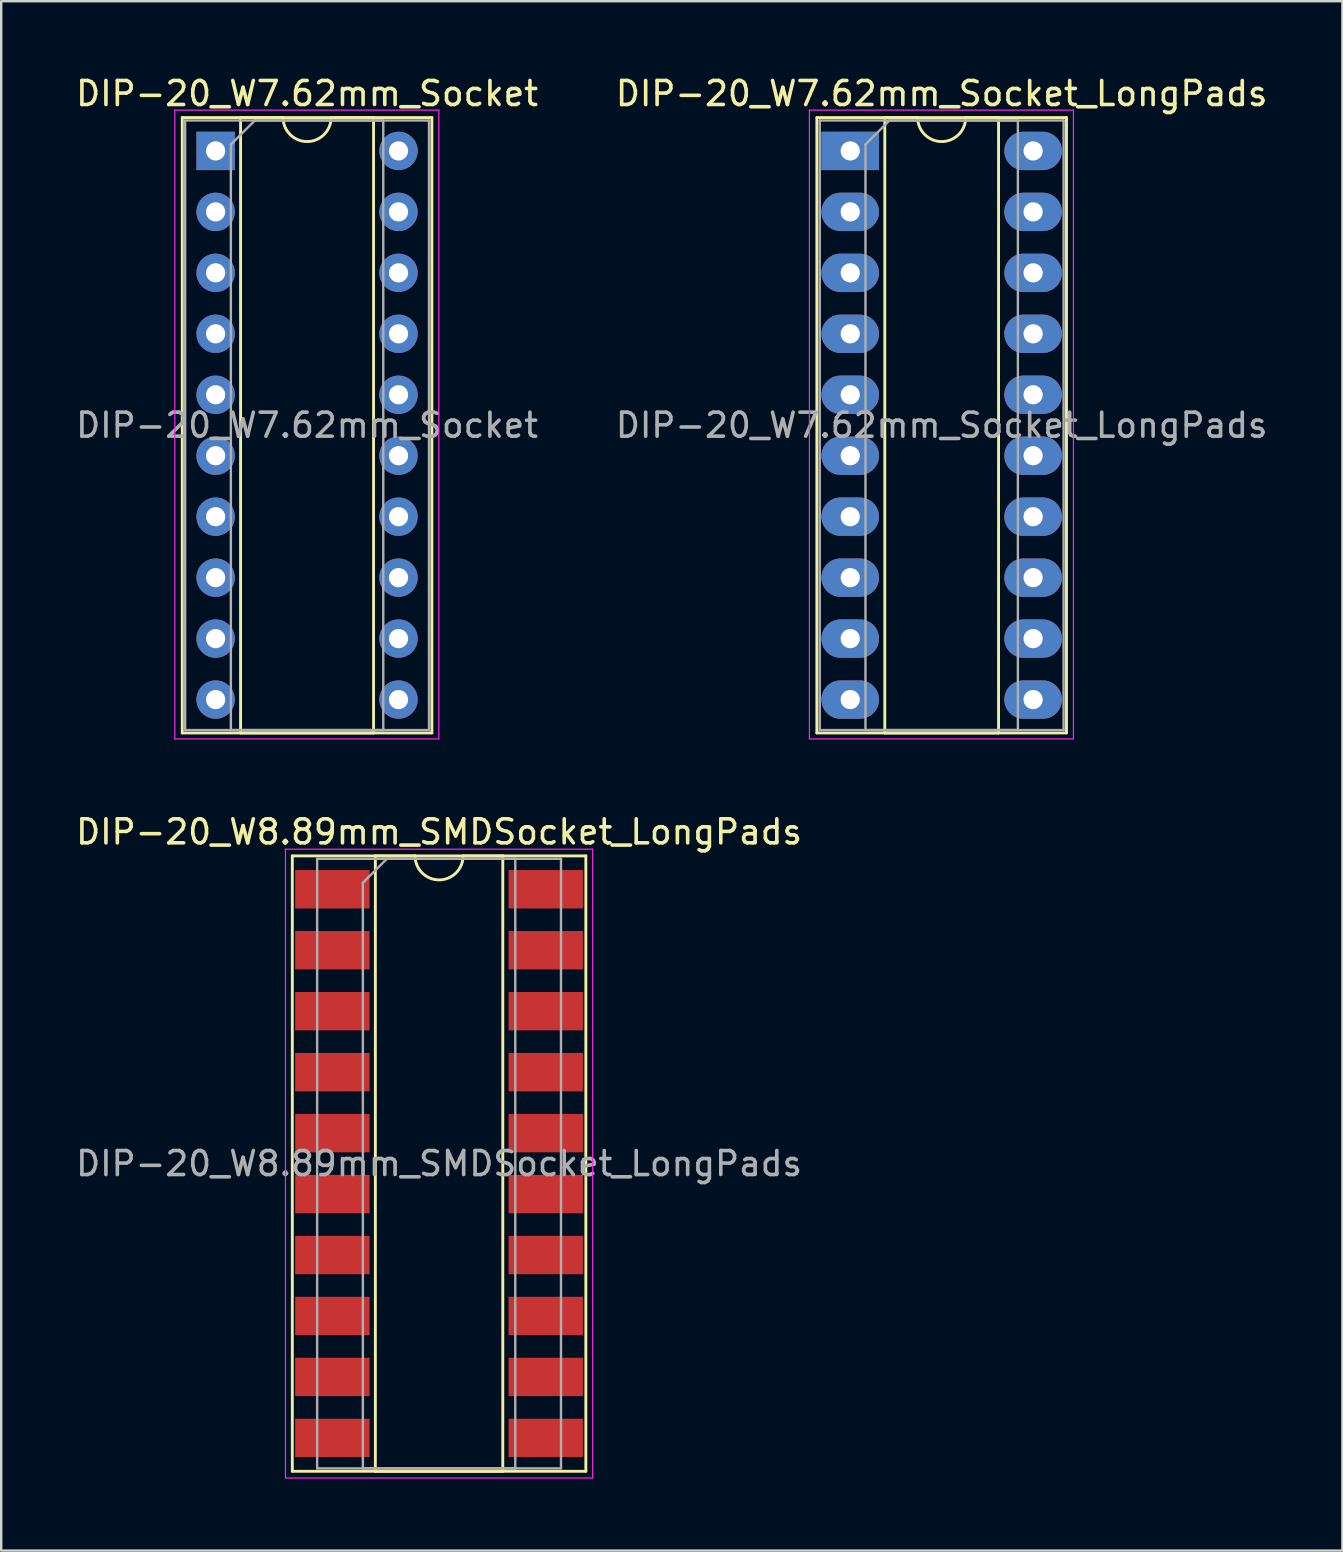
<source format=kicad_pcb>
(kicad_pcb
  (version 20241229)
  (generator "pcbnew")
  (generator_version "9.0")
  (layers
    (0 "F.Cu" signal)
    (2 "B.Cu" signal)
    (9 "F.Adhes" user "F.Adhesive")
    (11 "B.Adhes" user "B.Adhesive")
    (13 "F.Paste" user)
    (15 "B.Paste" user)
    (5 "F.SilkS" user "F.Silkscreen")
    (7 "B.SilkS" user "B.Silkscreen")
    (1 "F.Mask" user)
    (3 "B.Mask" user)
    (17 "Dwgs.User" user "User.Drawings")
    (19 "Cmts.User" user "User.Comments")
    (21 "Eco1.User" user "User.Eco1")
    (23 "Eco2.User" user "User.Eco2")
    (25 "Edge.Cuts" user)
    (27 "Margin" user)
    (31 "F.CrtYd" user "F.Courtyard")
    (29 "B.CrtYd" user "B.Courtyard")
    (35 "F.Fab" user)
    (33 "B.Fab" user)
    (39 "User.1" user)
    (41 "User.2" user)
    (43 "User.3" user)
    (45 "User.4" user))
  (footprint "DIP-20_W8.89mm_SMDSocket_LongPads"
    (layer "F.Cu")
    (at 15.244 45.431)
    (property "Reference" "DIP-20_W8.89mm_SMDSocket_LongPads" (at 0 -13.82 0) (layer "F.SilkS") (effects (font (size 1 1) (thickness 0.15))))
    (attr smd)
    (fp_line (start -6.115 -12.82) (end -6.115 12.82) (stroke (width 0.12) (type solid)) (layer "F.SilkS"))
    (fp_line (start -6.115 12.82) (end 6.115 12.82) (stroke (width 0.12) (type solid)) (layer "F.SilkS"))
    (fp_line (start -2.655 -12.82) (end -2.655 12.82) (stroke (width 0.12) (type solid)) (layer "F.SilkS"))
    (fp_line (start -2.655 12.82) (end 2.655 12.82) (stroke (width 0.12) (type solid)) (layer "F.SilkS"))
    (fp_line (start -1 -12.82) (end -2.655 -12.82) (stroke (width 0.12) (type solid)) (layer "F.SilkS"))
    (fp_line (start 2.655 -12.82) (end 1 -12.82) (stroke (width 0.12) (type solid)) (layer "F.SilkS"))
    (fp_line (start 2.655 12.82) (end 2.655 -12.82) (stroke (width 0.12) (type solid)) (layer "F.SilkS"))
    (fp_line (start 6.115 -12.82) (end -6.115 -12.82) (stroke (width 0.12) (type solid)) (layer "F.SilkS"))
    (fp_line (start 6.115 12.82) (end 6.115 -12.82) (stroke (width 0.12) (type solid)) (layer "F.SilkS"))
    (fp_arc (start 1 -12.82) (mid 0 -11.82) (end -1 -12.82) (stroke (width 0.12) (type solid)) (layer "F.SilkS"))
    (fp_line (start -6.4 -13.1) (end -6.4 13.1) (stroke (width 0.05) (type solid)) (layer "F.CrtYd"))
    (fp_line (start -6.4 13.1) (end 6.4 13.1) (stroke (width 0.05) (type solid)) (layer "F.CrtYd"))
    (fp_line (start 6.4 -13.1) (end -6.4 -13.1) (stroke (width 0.05) (type solid)) (layer "F.CrtYd"))
    (fp_line (start 6.4 13.1) (end 6.4 -13.1) (stroke (width 0.05) (type solid)) (layer "F.CrtYd"))
    (fp_line (start -5.08 -12.7) (end -5.08 12.7) (stroke (width 0.1) (type solid)) (layer "F.Fab"))
    (fp_line (start -5.08 12.7) (end 5.08 12.7) (stroke (width 0.1) (type solid)) (layer "F.Fab"))
    (fp_line (start -3.175 -11.7) (end -2.175 -12.7) (stroke (width 0.1) (type solid)) (layer "F.Fab"))
    (fp_line (start -3.175 12.7) (end -3.175 -11.7) (stroke (width 0.1) (type solid)) (layer "F.Fab"))
    (fp_line (start -2.175 -12.7) (end 3.175 -12.7) (stroke (width 0.1) (type solid)) (layer "F.Fab"))
    (fp_line (start 3.175 -12.7) (end 3.175 12.7) (stroke (width 0.1) (type solid)) (layer "F.Fab"))
    (fp_line (start 3.175 12.7) (end -3.175 12.7) (stroke (width 0.1) (type solid)) (layer "F.Fab"))
    (fp_line (start 5.08 -12.7) (end -5.08 -12.7) (stroke (width 0.1) (type solid)) (layer "F.Fab"))
    (fp_line (start 5.08 12.7) (end 5.08 -12.7) (stroke (width 0.1) (type solid)) (layer "F.Fab"))
    (fp_text user "${REFERENCE}" (at 0 0 0) (layer "F.Fab") (effects (font (size 1 1) (thickness 0.15))))
    (pad "1" smd rect (at -4.445 -11.43) (size 3.1 1.6) (layers "F.Cu" "F.Mask" "F.Paste"))
    (pad "2" smd rect (at -4.445 -8.89) (size 3.1 1.6) (layers "F.Cu" "F.Mask" "F.Paste"))
    (pad "3" smd rect (at -4.445 -6.35) (size 3.1 1.6) (layers "F.Cu" "F.Mask" "F.Paste"))
    (pad "4" smd rect (at -4.445 -3.81) (size 3.1 1.6) (layers "F.Cu" "F.Mask" "F.Paste"))
    (pad "5" smd rect (at -4.445 -1.27) (size 3.1 1.6) (layers "F.Cu" "F.Mask" "F.Paste"))
    (pad "6" smd rect (at -4.445 1.27) (size 3.1 1.6) (layers "F.Cu" "F.Mask" "F.Paste"))
    (pad "7" smd rect (at -4.445 3.81) (size 3.1 1.6) (layers "F.Cu" "F.Mask" "F.Paste"))
    (pad "8" smd rect (at -4.445 6.35) (size 3.1 1.6) (layers "F.Cu" "F.Mask" "F.Paste"))
    (pad "9" smd rect (at -4.445 8.89) (size 3.1 1.6) (layers "F.Cu" "F.Mask" "F.Paste"))
    (pad "10" smd rect (at -4.445 11.43) (size 3.1 1.6) (layers "F.Cu" "F.Mask" "F.Paste"))
    (pad "11" smd rect (at 4.445 11.43) (size 3.1 1.6) (layers "F.Cu" "F.Mask" "F.Paste"))
    (pad "12" smd rect (at 4.445 8.89) (size 3.1 1.6) (layers "F.Cu" "F.Mask" "F.Paste"))
    (pad "13" smd rect (at 4.445 6.35) (size 3.1 1.6) (layers "F.Cu" "F.Mask" "F.Paste"))
    (pad "14" smd rect (at 4.445 3.81) (size 3.1 1.6) (layers "F.Cu" "F.Mask" "F.Paste"))
    (pad "15" smd rect (at 4.445 1.27) (size 3.1 1.6) (layers "F.Cu" "F.Mask" "F.Paste"))
    (pad "16" smd rect (at 4.445 -1.27) (size 3.1 1.6) (layers "F.Cu" "F.Mask" "F.Paste"))
    (pad "17" smd rect (at 4.445 -3.81) (size 3.1 1.6) (layers "F.Cu" "F.Mask" "F.Paste"))
    (pad "18" smd rect (at 4.445 -6.35) (size 3.1 1.6) (layers "F.Cu" "F.Mask" "F.Paste"))
    (pad "19" smd rect (at 4.445 -8.89) (size 3.1 1.6) (layers "F.Cu" "F.Mask" "F.Paste"))
    (pad "20" smd rect (at 4.445 -11.43) (size 3.1 1.6) (layers "F.Cu" "F.Mask" "F.Paste")))
  (footprint "DIP-20_W7.62mm_Socket"
    (layer "F.Cu")
    (at 5.934 3.238)
    (property "Reference" "DIP-20_W7.62mm_Socket" (at 3.81 -2.39 0) (layer "F.SilkS") (effects (font (size 1 1) (thickness 0.15))))
    (attr through_hole)
    (fp_line (start -1.39 -1.39) (end -1.39 24.25) (stroke (width 0.12) (type solid)) (layer "F.SilkS"))
    (fp_line (start -1.39 24.25) (end 9.01 24.25) (stroke (width 0.12) (type solid)) (layer "F.SilkS"))
    (fp_line (start 1.04 -1.39) (end 1.04 24.25) (stroke (width 0.12) (type solid)) (layer "F.SilkS"))
    (fp_line (start 1.04 24.25) (end 6.58 24.25) (stroke (width 0.12) (type solid)) (layer "F.SilkS"))
    (fp_line (start 2.81 -1.39) (end 1.04 -1.39) (stroke (width 0.12) (type solid)) (layer "F.SilkS"))
    (fp_line (start 6.58 -1.39) (end 4.81 -1.39) (stroke (width 0.12) (type solid)) (layer "F.SilkS"))
    (fp_line (start 6.58 24.25) (end 6.58 -1.39) (stroke (width 0.12) (type solid)) (layer "F.SilkS"))
    (fp_line (start 9.01 -1.39) (end -1.39 -1.39) (stroke (width 0.12) (type solid)) (layer "F.SilkS"))
    (fp_line (start 9.01 24.25) (end 9.01 -1.39) (stroke (width 0.12) (type solid)) (layer "F.SilkS"))
    (fp_arc (start 4.81 -1.39) (mid 3.81 -0.39) (end 2.81 -1.39) (stroke (width 0.12) (type solid)) (layer "F.SilkS"))
    (fp_line (start -1.7 -1.7) (end -1.7 24.5) (stroke (width 0.05) (type solid)) (layer "F.CrtYd"))
    (fp_line (start -1.7 24.5) (end 9.3 24.5) (stroke (width 0.05) (type solid)) (layer "F.CrtYd"))
    (fp_line (start 9.3 -1.7) (end -1.7 -1.7) (stroke (width 0.05) (type solid)) (layer "F.CrtYd"))
    (fp_line (start 9.3 24.5) (end 9.3 -1.7) (stroke (width 0.05) (type solid)) (layer "F.CrtYd"))
    (fp_line (start -1.27 -1.27) (end -1.27 24.13) (stroke (width 0.1) (type solid)) (layer "F.Fab"))
    (fp_line (start -1.27 24.13) (end 8.89 24.13) (stroke (width 0.1) (type solid)) (layer "F.Fab"))
    (fp_line (start 0.635 -0.27) (end 1.635 -1.27) (stroke (width 0.1) (type solid)) (layer "F.Fab"))
    (fp_line (start 0.635 24.13) (end 0.635 -0.27) (stroke (width 0.1) (type solid)) (layer "F.Fab"))
    (fp_line (start 1.635 -1.27) (end 6.985 -1.27) (stroke (width 0.1) (type solid)) (layer "F.Fab"))
    (fp_line (start 6.985 -1.27) (end 6.985 24.13) (stroke (width 0.1) (type solid)) (layer "F.Fab"))
    (fp_line (start 6.985 24.13) (end 0.635 24.13) (stroke (width 0.1) (type solid)) (layer "F.Fab"))
    (fp_line (start 8.89 -1.27) (end -1.27 -1.27) (stroke (width 0.1) (type solid)) (layer "F.Fab"))
    (fp_line (start 8.89 24.13) (end 8.89 -1.27) (stroke (width 0.1) (type solid)) (layer "F.Fab"))
    (fp_text user "${REFERENCE}" (at 3.81 11.43 0) (layer "F.Fab") (effects (font (size 1 1) (thickness 0.15))))
    (pad "1" thru_hole rect (at 0 0) (size 1.6 1.6) (drill 0.8) (layers "*.Cu" "*.Mask"))
    (pad "2" thru_hole oval (at 0 2.54) (size 1.6 1.6) (drill 0.8) (layers "*.Cu" "*.Mask"))
    (pad "3" thru_hole oval (at 0 5.08) (size 1.6 1.6) (drill 0.8) (layers "*.Cu" "*.Mask"))
    (pad "4" thru_hole oval (at 0 7.62) (size 1.6 1.6) (drill 0.8) (layers "*.Cu" "*.Mask"))
    (pad "5" thru_hole oval (at 0 10.16) (size 1.6 1.6) (drill 0.8) (layers "*.Cu" "*.Mask"))
    (pad "6" thru_hole oval (at 0 12.7) (size 1.6 1.6) (drill 0.8) (layers "*.Cu" "*.Mask"))
    (pad "7" thru_hole oval (at 0 15.24) (size 1.6 1.6) (drill 0.8) (layers "*.Cu" "*.Mask"))
    (pad "8" thru_hole oval (at 0 17.78) (size 1.6 1.6) (drill 0.8) (layers "*.Cu" "*.Mask"))
    (pad "9" thru_hole oval (at 0 20.32) (size 1.6 1.6) (drill 0.8) (layers "*.Cu" "*.Mask"))
    (pad "10" thru_hole oval (at 0 22.86) (size 1.6 1.6) (drill 0.8) (layers "*.Cu" "*.Mask"))
    (pad "11" thru_hole oval (at 7.62 22.86) (size 1.6 1.6) (drill 0.8) (layers "*.Cu" "*.Mask"))
    (pad "12" thru_hole oval (at 7.62 20.32) (size 1.6 1.6) (drill 0.8) (layers "*.Cu" "*.Mask"))
    (pad "13" thru_hole oval (at 7.62 17.78) (size 1.6 1.6) (drill 0.8) (layers "*.Cu" "*.Mask"))
    (pad "14" thru_hole oval (at 7.62 15.24) (size 1.6 1.6) (drill 0.8) (layers "*.Cu" "*.Mask"))
    (pad "15" thru_hole oval (at 7.62 12.7) (size 1.6 1.6) (drill 0.8) (layers "*.Cu" "*.Mask"))
    (pad "16" thru_hole oval (at 7.62 10.16) (size 1.6 1.6) (drill 0.8) (layers "*.Cu" "*.Mask"))
    (pad "17" thru_hole oval (at 7.62 7.62) (size 1.6 1.6) (drill 0.8) (layers "*.Cu" "*.Mask"))
    (pad "18" thru_hole oval (at 7.62 5.08) (size 1.6 1.6) (drill 0.8) (layers "*.Cu" "*.Mask"))
    (pad "19" thru_hole oval (at 7.62 2.54) (size 1.6 1.6) (drill 0.8) (layers "*.Cu" "*.Mask"))
    (pad "20" thru_hole oval (at 7.62 0) (size 1.6 1.6) (drill 0.8) (layers "*.Cu" "*.Mask")))
  (footprint "DIP-20_W7.62mm_Socket_LongPads"
    (layer "F.Cu")
    (at 32.375 3.238)
    (property "Reference" "DIP-20_W7.62mm_Socket_LongPads" (at 3.81 -2.39 0) (layer "F.SilkS") (effects (font (size 1 1) (thickness 0.15))))
    (attr through_hole)
    (fp_line (start -1.39 -1.39) (end -1.39 24.25) (stroke (width 0.12) (type solid)) (layer "F.SilkS"))
    (fp_line (start -1.39 24.25) (end 9.01 24.25) (stroke (width 0.12) (type solid)) (layer "F.SilkS"))
    (fp_line (start 1.44 -1.39) (end 1.44 24.25) (stroke (width 0.12) (type solid)) (layer "F.SilkS"))
    (fp_line (start 1.44 24.25) (end 6.18 24.25) (stroke (width 0.12) (type solid)) (layer "F.SilkS"))
    (fp_line (start 2.81 -1.39) (end 1.44 -1.39) (stroke (width 0.12) (type solid)) (layer "F.SilkS"))
    (fp_line (start 6.18 -1.39) (end 4.81 -1.39) (stroke (width 0.12) (type solid)) (layer "F.SilkS"))
    (fp_line (start 6.18 24.25) (end 6.18 -1.39) (stroke (width 0.12) (type solid)) (layer "F.SilkS"))
    (fp_line (start 9.01 -1.39) (end -1.39 -1.39) (stroke (width 0.12) (type solid)) (layer "F.SilkS"))
    (fp_line (start 9.01 24.25) (end 9.01 -1.39) (stroke (width 0.12) (type solid)) (layer "F.SilkS"))
    (fp_arc (start 4.81 -1.39) (mid 3.81 -0.39) (end 2.81 -1.39) (stroke (width 0.12) (type solid)) (layer "F.SilkS"))
    (fp_line (start -1.7 -1.7) (end -1.7 24.5) (stroke (width 0.05) (type solid)) (layer "F.CrtYd"))
    (fp_line (start -1.7 24.5) (end 9.3 24.5) (stroke (width 0.05) (type solid)) (layer "F.CrtYd"))
    (fp_line (start 9.3 -1.7) (end -1.7 -1.7) (stroke (width 0.05) (type solid)) (layer "F.CrtYd"))
    (fp_line (start 9.3 24.5) (end 9.3 -1.7) (stroke (width 0.05) (type solid)) (layer "F.CrtYd"))
    (fp_line (start -1.27 -1.27) (end -1.27 24.13) (stroke (width 0.1) (type solid)) (layer "F.Fab"))
    (fp_line (start -1.27 24.13) (end 8.89 24.13) (stroke (width 0.1) (type solid)) (layer "F.Fab"))
    (fp_line (start 0.635 -0.27) (end 1.635 -1.27) (stroke (width 0.1) (type solid)) (layer "F.Fab"))
    (fp_line (start 0.635 24.13) (end 0.635 -0.27) (stroke (width 0.1) (type solid)) (layer "F.Fab"))
    (fp_line (start 1.635 -1.27) (end 6.985 -1.27) (stroke (width 0.1) (type solid)) (layer "F.Fab"))
    (fp_line (start 6.985 -1.27) (end 6.985 24.13) (stroke (width 0.1) (type solid)) (layer "F.Fab"))
    (fp_line (start 6.985 24.13) (end 0.635 24.13) (stroke (width 0.1) (type solid)) (layer "F.Fab"))
    (fp_line (start 8.89 -1.27) (end -1.27 -1.27) (stroke (width 0.1) (type solid)) (layer "F.Fab"))
    (fp_line (start 8.89 24.13) (end 8.89 -1.27) (stroke (width 0.1) (type solid)) (layer "F.Fab"))
    (fp_text user "${REFERENCE}" (at 3.81 11.43 0) (layer "F.Fab") (effects (font (size 1 1) (thickness 0.15))))
    (pad "1" thru_hole rect (at 0 0) (size 2.4 1.6) (drill 0.8) (layers "*.Cu" "*.Mask"))
    (pad "2" thru_hole oval (at 0 2.54) (size 2.4 1.6) (drill 0.8) (layers "*.Cu" "*.Mask"))
    (pad "3" thru_hole oval (at 0 5.08) (size 2.4 1.6) (drill 0.8) (layers "*.Cu" "*.Mask"))
    (pad "4" thru_hole oval (at 0 7.62) (size 2.4 1.6) (drill 0.8) (layers "*.Cu" "*.Mask"))
    (pad "5" thru_hole oval (at 0 10.16) (size 2.4 1.6) (drill 0.8) (layers "*.Cu" "*.Mask"))
    (pad "6" thru_hole oval (at 0 12.7) (size 2.4 1.6) (drill 0.8) (layers "*.Cu" "*.Mask"))
    (pad "7" thru_hole oval (at 0 15.24) (size 2.4 1.6) (drill 0.8) (layers "*.Cu" "*.Mask"))
    (pad "8" thru_hole oval (at 0 17.78) (size 2.4 1.6) (drill 0.8) (layers "*.Cu" "*.Mask"))
    (pad "9" thru_hole oval (at 0 20.32) (size 2.4 1.6) (drill 0.8) (layers "*.Cu" "*.Mask"))
    (pad "10" thru_hole oval (at 0 22.86) (size 2.4 1.6) (drill 0.8) (layers "*.Cu" "*.Mask"))
    (pad "11" thru_hole oval (at 7.62 22.86) (size 2.4 1.6) (drill 0.8) (layers "*.Cu" "*.Mask"))
    (pad "12" thru_hole oval (at 7.62 20.32) (size 2.4 1.6) (drill 0.8) (layers "*.Cu" "*.Mask"))
    (pad "13" thru_hole oval (at 7.62 17.78) (size 2.4 1.6) (drill 0.8) (layers "*.Cu" "*.Mask"))
    (pad "14" thru_hole oval (at 7.62 15.24) (size 2.4 1.6) (drill 0.8) (layers "*.Cu" "*.Mask"))
    (pad "15" thru_hole oval (at 7.62 12.7) (size 2.4 1.6) (drill 0.8) (layers "*.Cu" "*.Mask"))
    (pad "16" thru_hole oval (at 7.62 10.16) (size 2.4 1.6) (drill 0.8) (layers "*.Cu" "*.Mask"))
    (pad "17" thru_hole oval (at 7.62 7.62) (size 2.4 1.6) (drill 0.8) (layers "*.Cu" "*.Mask"))
    (pad "18" thru_hole oval (at 7.62 5.08) (size 2.4 1.6) (drill 0.8) (layers "*.Cu" "*.Mask"))
    (pad "19" thru_hole oval (at 7.62 2.54) (size 2.4 1.6) (drill 0.8) (layers "*.Cu" "*.Mask"))
    (pad "20" thru_hole oval (at 7.62 0) (size 2.4 1.6) (drill 0.8) (layers "*.Cu" "*.Mask")))
  (gr_rect
    (start -3 -3)
    (end 52.881 61.556)
    (stroke (width 0.1) (type default))
    (fill no)
    (layer "Edge.Cuts")))
</source>
